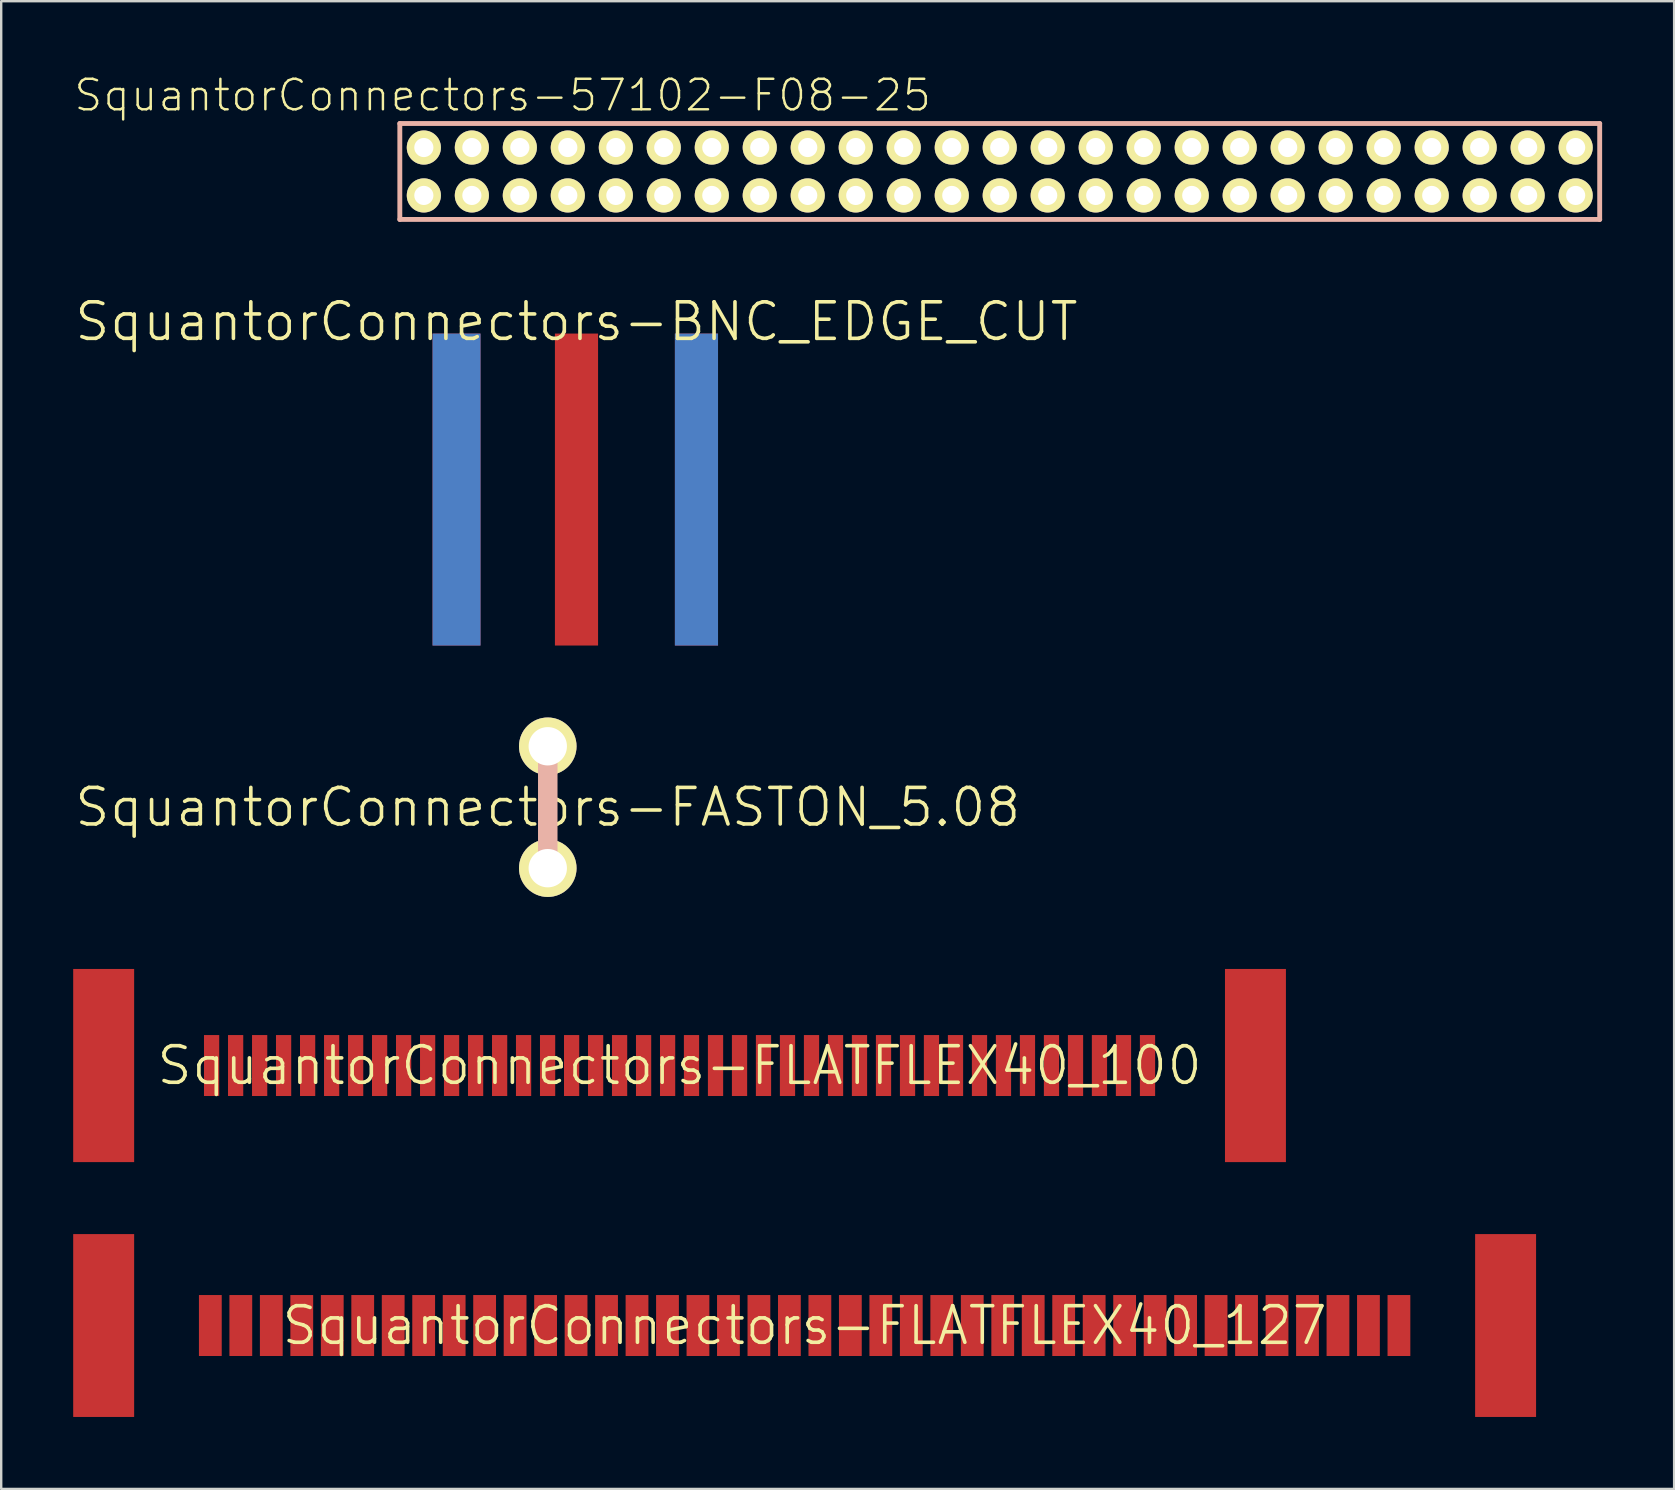
<source format=kicad_pcb>
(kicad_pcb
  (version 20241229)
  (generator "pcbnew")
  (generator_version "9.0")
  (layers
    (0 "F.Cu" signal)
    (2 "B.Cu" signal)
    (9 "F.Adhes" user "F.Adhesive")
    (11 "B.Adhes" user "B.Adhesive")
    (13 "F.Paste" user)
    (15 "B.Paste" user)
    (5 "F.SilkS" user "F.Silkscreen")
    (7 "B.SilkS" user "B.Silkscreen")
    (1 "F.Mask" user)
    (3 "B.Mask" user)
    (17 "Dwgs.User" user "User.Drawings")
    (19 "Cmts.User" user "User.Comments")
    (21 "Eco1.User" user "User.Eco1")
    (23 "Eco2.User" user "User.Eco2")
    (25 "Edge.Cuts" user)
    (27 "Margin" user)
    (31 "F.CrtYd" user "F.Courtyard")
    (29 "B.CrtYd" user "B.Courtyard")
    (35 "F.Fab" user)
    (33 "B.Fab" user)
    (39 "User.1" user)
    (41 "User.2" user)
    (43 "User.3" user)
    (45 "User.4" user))
  (footprint "SquantorConnectors-FLATFLEX40_127"
    (layer "F.Cu")
    (at 30.48 52.186)
    (property "Reference" "SquantorConnectors-FLATFLEX40_127" (at 0 0 0) (layer "F.SilkS") (effects (font (size 1.524 1.524) (thickness 0.15))))
    (attr smd)
    (pad "P$1" smd rect (at -24.765 0 90) (size 2.54 0.95) (layers "F.Cu" "F.Mask" "F.Paste"))
    (pad "P$2" smd rect (at -23.495 0 90) (size 2.54 0.95) (layers "F.Cu" "F.Mask" "F.Paste"))
    (pad "P$3" smd rect (at -22.225 0 90) (size 2.54 0.95) (layers "F.Cu" "F.Mask" "F.Paste"))
    (pad "P$4" smd rect (at -20.955 0 90) (size 2.54 0.95) (layers "F.Cu" "F.Mask" "F.Paste"))
    (pad "P$5" smd rect (at -19.685 0 90) (size 2.54 0.95) (layers "F.Cu" "F.Mask" "F.Paste"))
    (pad "P$6" smd rect (at -18.415 0 90) (size 2.54 0.95) (layers "F.Cu" "F.Mask" "F.Paste"))
    (pad "P$7" smd rect (at -17.145 0 90) (size 2.54 0.95) (layers "F.Cu" "F.Mask" "F.Paste"))
    (pad "P$8" smd rect (at -15.875 0 90) (size 2.54 0.95) (layers "F.Cu" "F.Mask" "F.Paste"))
    (pad "P$9" smd rect (at -14.605 0 90) (size 2.54 0.95) (layers "F.Cu" "F.Mask" "F.Paste"))
    (pad "P$10" smd rect (at -13.335 0 90) (size 2.54 0.95) (layers "F.Cu" "F.Mask" "F.Paste"))
    (pad "P$11" smd rect (at -12.065 0 90) (size 2.54 0.95) (layers "F.Cu" "F.Mask" "F.Paste"))
    (pad "P$12" smd rect (at -10.795 0 90) (size 2.54 0.95) (layers "F.Cu" "F.Mask" "F.Paste"))
    (pad "P$13" smd rect (at -9.525 0 90) (size 2.54 0.95) (layers "F.Cu" "F.Mask" "F.Paste"))
    (pad "P$14" smd rect (at -8.255 0 90) (size 2.54 0.95) (layers "F.Cu" "F.Mask" "F.Paste"))
    (pad "P$15" smd rect (at -6.985 0 90) (size 2.54 0.95) (layers "F.Cu" "F.Mask" "F.Paste"))
    (pad "P$16" smd rect (at -5.715 0 90) (size 2.54 0.95) (layers "F.Cu" "F.Mask" "F.Paste"))
    (pad "P$17" smd rect (at -4.445 0 90) (size 2.54 0.95) (layers "F.Cu" "F.Mask" "F.Paste"))
    (pad "P$18" smd rect (at -3.175 0 90) (size 2.54 0.95) (layers "F.Cu" "F.Mask" "F.Paste"))
    (pad "P$19" smd rect (at -1.905 0 90) (size 2.54 0.95) (layers "F.Cu" "F.Mask" "F.Paste"))
    (pad "P$20" smd rect (at -0.635 0 90) (size 2.54 0.95) (layers "F.Cu" "F.Mask" "F.Paste"))
    (pad "P$21" smd rect (at 0.635 0 90) (size 2.54 0.95) (layers "F.Cu" "F.Mask" "F.Paste"))
    (pad "P$22" smd rect (at 1.905 0 90) (size 2.54 0.95) (layers "F.Cu" "F.Mask" "F.Paste"))
    (pad "P$23" smd rect (at 3.175 0 90) (size 2.54 0.95) (layers "F.Cu" "F.Mask" "F.Paste"))
    (pad "P$24" smd rect (at 4.445 0 90) (size 2.54 0.95) (layers "F.Cu" "F.Mask" "F.Paste"))
    (pad "P$25" smd rect (at 5.715 0 90) (size 2.54 0.95) (layers "F.Cu" "F.Mask" "F.Paste"))
    (pad "P$26" smd rect (at 6.985 0 90) (size 2.54 0.95) (layers "F.Cu" "F.Mask" "F.Paste"))
    (pad "P$27" smd rect (at 8.255 0 90) (size 2.54 0.95) (layers "F.Cu" "F.Mask" "F.Paste"))
    (pad "P$28" smd rect (at 9.525 0 90) (size 2.54 0.95) (layers "F.Cu" "F.Mask" "F.Paste"))
    (pad "P$29" smd rect (at 10.795 0 90) (size 2.54 0.95) (layers "F.Cu" "F.Mask" "F.Paste"))
    (pad "P$30" smd rect (at 12.065 0 90) (size 2.54 0.95) (layers "F.Cu" "F.Mask" "F.Paste"))
    (pad "P$31" smd rect (at 13.335 0 90) (size 2.54 0.95) (layers "F.Cu" "F.Mask" "F.Paste"))
    (pad "P$32" smd rect (at 14.605 0 90) (size 2.54 0.95) (layers "F.Cu" "F.Mask" "F.Paste"))
    (pad "P$33" smd rect (at 15.875 0 90) (size 2.54 0.95) (layers "F.Cu" "F.Mask" "F.Paste"))
    (pad "P$34" smd rect (at 17.145 0 90) (size 2.54 0.95) (layers "F.Cu" "F.Mask" "F.Paste"))
    (pad "P$35" smd rect (at 18.415 0 90) (size 2.54 0.95) (layers "F.Cu" "F.Mask" "F.Paste"))
    (pad "P$36" smd rect (at 19.685 0 90) (size 2.54 0.95) (layers "F.Cu" "F.Mask" "F.Paste"))
    (pad "P$37" smd rect (at 20.955 0 90) (size 2.54 0.95) (layers "F.Cu" "F.Mask" "F.Paste"))
    (pad "P$38" smd rect (at 22.225 0 90) (size 2.54 0.95) (layers "F.Cu" "F.Mask" "F.Paste"))
    (pad "P$39" smd rect (at 23.495 0 90) (size 2.54 0.95) (layers "F.Cu" "F.Mask" "F.Paste"))
    (pad "P$40" smd rect (at 24.765 0 90) (size 2.54 0.95) (layers "F.Cu" "F.Mask" "F.Paste"))
    (pad "P$41" smd rect (at -29.21 0 180) (size 2.54 7.62) (layers "F.Cu" "F.Mask" "F.Paste"))
    (pad "P$42" smd rect (at 29.21 0 180) (size 2.54 7.62) (layers "F.Cu" "F.Mask" "F.Paste")))
  (footprint "SquantorConnectors-57102-F08-25"
    (layer "F.Cu")
    (at 23.611 4.096)
    (property "Reference" "SquantorConnectors-57102-F08-25" (at -5.715 -3.175 0) (layer "F.SilkS") (effects (font (size 1.27 1.27) (thickness 0.102))))
    (attr exclude_from_pos_files exclude_from_bom)
    (fp_line (start -10 -1.999) (end 40 -1.999) (stroke (width 0.203) (type solid)) (layer "B.SilkS"))
    (fp_line (start -10 1.999) (end -10 -1.999) (stroke (width 0.203) (type solid)) (layer "B.SilkS"))
    (fp_line (start 40 -1.999) (end 40 1.999) (stroke (width 0.203) (type solid)) (layer "B.SilkS"))
    (fp_line (start 40 1.999) (end -10 1.999) (stroke (width 0.203) (type solid)) (layer "B.SilkS"))
    (pad "1" thru_hole circle (at -8.999 0.998) (size 1.422 1.422) (drill 0.798) (layers "*.Cu" "F.Mask" "F.SilkS" "F.Paste"))
    (pad "2" thru_hole circle (at -8.999 -0.998) (size 1.422 1.422) (drill 0.798) (layers "*.Cu" "F.Mask" "F.SilkS" "F.Paste"))
    (pad "3" thru_hole circle (at -6.998 0.998) (size 1.422 1.422) (drill 0.798) (layers "*.Cu" "F.Mask" "F.SilkS" "F.Paste"))
    (pad "4" thru_hole circle (at -6.998 -0.998) (size 1.422 1.422) (drill 0.798) (layers "*.Cu" "F.Mask" "F.SilkS" "F.Paste"))
    (pad "5" thru_hole circle (at -4.999 0.998) (size 1.422 1.422) (drill 0.798) (layers "*.Cu" "F.Mask" "F.SilkS" "F.Paste"))
    (pad "6" thru_hole circle (at -4.999 -0.998) (size 1.422 1.422) (drill 0.798) (layers "*.Cu" "F.Mask" "F.SilkS" "F.Paste"))
    (pad "7" thru_hole circle (at -3 0.998) (size 1.422 1.422) (drill 0.798) (layers "*.Cu" "F.Mask" "F.SilkS" "F.Paste"))
    (pad "8" thru_hole circle (at -3 -0.998) (size 1.422 1.422) (drill 0.798) (layers "*.Cu" "F.Mask" "F.SilkS" "F.Paste"))
    (pad "9" thru_hole circle (at -0.998 0.998) (size 1.422 1.422) (drill 0.798) (layers "*.Cu" "F.Mask" "F.SilkS" "F.Paste"))
    (pad "10" thru_hole circle (at -0.998 -0.998) (size 1.422 1.422) (drill 0.798) (layers "*.Cu" "F.Mask" "F.SilkS" "F.Paste"))
    (pad "11" thru_hole circle (at 0.998 0.998) (size 1.422 1.422) (drill 0.798) (layers "*.Cu" "F.Mask" "F.SilkS" "F.Paste"))
    (pad "12" thru_hole circle (at 0.998 -0.998) (size 1.422 1.422) (drill 0.798) (layers "*.Cu" "F.Mask" "F.SilkS" "F.Paste"))
    (pad "13" thru_hole circle (at 3 0.998) (size 1.422 1.422) (drill 0.798) (layers "*.Cu" "F.Mask" "F.SilkS" "F.Paste"))
    (pad "14" thru_hole circle (at 3 -0.998) (size 1.422 1.422) (drill 0.798) (layers "*.Cu" "F.Mask" "F.SilkS" "F.Paste"))
    (pad "15" thru_hole circle (at 4.999 0.998) (size 1.422 1.422) (drill 0.798) (layers "*.Cu" "F.Mask" "F.SilkS" "F.Paste"))
    (pad "16" thru_hole circle (at 4.999 -0.998) (size 1.422 1.422) (drill 0.798) (layers "*.Cu" "F.Mask" "F.SilkS" "F.Paste"))
    (pad "17" thru_hole circle (at 6.998 0.998) (size 1.422 1.422) (drill 0.798) (layers "*.Cu" "F.Mask" "F.SilkS" "F.Paste"))
    (pad "18" thru_hole circle (at 6.998 -0.998) (size 1.422 1.422) (drill 0.798) (layers "*.Cu" "F.Mask" "F.SilkS" "F.Paste"))
    (pad "19" thru_hole circle (at 8.999 0.998) (size 1.422 1.422) (drill 0.798) (layers "*.Cu" "F.Mask" "F.SilkS" "F.Paste"))
    (pad "20" thru_hole circle (at 8.999 -0.998) (size 1.422 1.422) (drill 0.798) (layers "*.Cu" "F.Mask" "F.SilkS" "F.Paste"))
    (pad "21" thru_hole circle (at 10.998 0.998) (size 1.422 1.422) (drill 0.798) (layers "*.Cu" "F.Mask" "F.SilkS" "F.Paste"))
    (pad "22" thru_hole circle (at 10.998 -0.998) (size 1.422 1.422) (drill 0.798) (layers "*.Cu" "F.Mask" "F.SilkS" "F.Paste"))
    (pad "23" thru_hole circle (at 13 0.998) (size 1.422 1.422) (drill 0.798) (layers "*.Cu" "F.Mask" "F.SilkS" "F.Paste"))
    (pad "24" thru_hole circle (at 13 -0.998) (size 1.422 1.422) (drill 0.798) (layers "*.Cu" "F.Mask" "F.SilkS" "F.Paste"))
    (pad "25" thru_hole circle (at 14.999 0.998) (size 1.422 1.422) (drill 0.798) (layers "*.Cu" "F.Mask" "F.SilkS" "F.Paste"))
    (pad "26" thru_hole circle (at 14.999 -0.998) (size 1.422 1.422) (drill 0.798) (layers "*.Cu" "F.Mask" "F.SilkS" "F.Paste"))
    (pad "27" thru_hole circle (at 16.998 0.998) (size 1.422 1.422) (drill 0.798) (layers "*.Cu" "F.Mask" "F.SilkS" "F.Paste"))
    (pad "28" thru_hole circle (at 16.998 -0.998) (size 1.422 1.422) (drill 0.798) (layers "*.Cu" "F.Mask" "F.SilkS" "F.Paste"))
    (pad "29" thru_hole circle (at 18.999 0.998) (size 1.422 1.422) (drill 0.798) (layers "*.Cu" "F.Mask" "F.SilkS" "F.Paste"))
    (pad "30" thru_hole circle (at 18.999 -0.998) (size 1.422 1.422) (drill 0.798) (layers "*.Cu" "F.Mask" "F.SilkS" "F.Paste"))
    (pad "31" thru_hole circle (at 20.998 0.998) (size 1.422 1.422) (drill 0.798) (layers "*.Cu" "F.Mask" "F.SilkS" "F.Paste"))
    (pad "32" thru_hole circle (at 20.998 -0.998) (size 1.422 1.422) (drill 0.798) (layers "*.Cu" "F.Mask" "F.SilkS" "F.Paste"))
    (pad "33" thru_hole circle (at 23 0.998) (size 1.422 1.422) (drill 0.798) (layers "*.Cu" "F.Mask" "F.SilkS" "F.Paste"))
    (pad "34" thru_hole circle (at 23 -0.998) (size 1.422 1.422) (drill 0.798) (layers "*.Cu" "F.Mask" "F.SilkS" "F.Paste"))
    (pad "35" thru_hole circle (at 24.999 0.998) (size 1.422 1.422) (drill 0.798) (layers "*.Cu" "F.Mask" "F.SilkS" "F.Paste"))
    (pad "36" thru_hole circle (at 24.999 -0.998) (size 1.422 1.422) (drill 0.798) (layers "*.Cu" "F.Mask" "F.SilkS" "F.Paste"))
    (pad "37" thru_hole circle (at 26.998 0.998) (size 1.422 1.422) (drill 0.798) (layers "*.Cu" "F.Mask" "F.SilkS" "F.Paste"))
    (pad "38" thru_hole circle (at 26.998 -0.998) (size 1.422 1.422) (drill 0.798) (layers "*.Cu" "F.Mask" "F.SilkS" "F.Paste"))
    (pad "39" thru_hole circle (at 28.999 0.998) (size 1.422 1.422) (drill 0.798) (layers "*.Cu" "F.Mask" "F.SilkS" "F.Paste"))
    (pad "40" thru_hole circle (at 28.999 -0.998) (size 1.422 1.422) (drill 0.798) (layers "*.Cu" "F.Mask" "F.SilkS" "F.Paste"))
    (pad "41" thru_hole circle (at 30.998 0.998) (size 1.422 1.422) (drill 0.798) (layers "*.Cu" "F.Mask" "F.SilkS" "F.Paste"))
    (pad "42" thru_hole circle (at 30.998 -0.998) (size 1.422 1.422) (drill 0.798) (layers "*.Cu" "F.Mask" "F.SilkS" "F.Paste"))
    (pad "43" thru_hole circle (at 33 0.998) (size 1.422 1.422) (drill 0.798) (layers "*.Cu" "F.Mask" "F.SilkS" "F.Paste"))
    (pad "44" thru_hole circle (at 33 -0.998) (size 1.422 1.422) (drill 0.798) (layers "*.Cu" "F.Mask" "F.SilkS" "F.Paste"))
    (pad "45" thru_hole circle (at 34.999 0.998) (size 1.422 1.422) (drill 0.798) (layers "*.Cu" "F.Mask" "F.SilkS" "F.Paste"))
    (pad "46" thru_hole circle (at 34.999 -0.998) (size 1.422 1.422) (drill 0.798) (layers "*.Cu" "F.Mask" "F.SilkS" "F.Paste"))
    (pad "47" thru_hole circle (at 36.998 0.998) (size 1.422 1.422) (drill 0.798) (layers "*.Cu" "F.Mask" "F.SilkS" "F.Paste"))
    (pad "48" thru_hole circle (at 36.998 -0.998) (size 1.422 1.422) (drill 0.798) (layers "*.Cu" "F.Mask" "F.SilkS" "F.Paste"))
    (pad "49" thru_hole circle (at 38.999 0.998) (size 1.422 1.422) (drill 0.798) (layers "*.Cu" "F.Mask" "F.SilkS" "F.Paste"))
    (pad "50" thru_hole circle (at 38.999 -0.998) (size 1.422 1.422) (drill 0.798) (layers "*.Cu" "F.Mask" "F.SilkS" "F.Paste")))
  (footprint "SquantorConnectors-FASTON_5.08"
    (layer "F.Cu")
    (at 19.776 30.588)
    (property "Reference" "SquantorConnectors-FASTON_5.08" (at 0 0 0) (layer "F.SilkS") (effects (font (size 1.524 1.524) (thickness 0.15))))
    (attr exclude_from_pos_files exclude_from_bom)
    (fp_line (start 0 -2.54) (end 0 2.54) (stroke (width 0.813) (type solid)) (layer "B.SilkS"))
    (pad "1" thru_hole circle (at 0 -2.54) (size 2.398 2.398) (drill 1.598) (layers "*.Cu" "F.Mask" "F.SilkS" "F.Paste"))
    (pad "2" thru_hole circle (at 0 2.54) (size 2.398 2.398) (drill 1.598) (layers "*.Cu" "F.Mask" "F.SilkS" "F.Paste")))
  (footprint "SquantorConnectors-BNC_EDGE_CUT"
    (layer "F.Cu")
    (at 20.973 10.352)
    (property "Reference" "SquantorConnectors-BNC_EDGE_CUT" (at 0 0 0) (layer "F.SilkS") (effects (font (size 1.524 1.524) (thickness 0.15))))
    (attr smd)
    (pad "GND@" smd rect (at -4.999 6.998 90) (size 13 1.999) (layers "F.Cu" "F.Mask" "F.Paste"))
    (pad "GND@" smd rect (at -4.999 6.998 90) (size 13 1.999) (layers "B.Cu" "B.Mask"))
    (pad "GND@" smd rect (at 4.999 6.998) (size 1.798 13) (layers "F.Cu" "F.Mask" "F.Paste"))
    (pad "GND@" smd rect (at 4.999 6.998 180) (size 1.798 13) (layers "B.Cu" "B.Mask"))
    (pad "SIG" smd rect (at 0 6.998) (size 1.798 13) (layers "F.Cu" "F.Mask" "F.Paste")))
  (footprint "SquantorConnectors-FLATFLEX40_100"
    (layer "F.Cu")
    (at 25.268 41.352)
    (property "Reference" "SquantorConnectors-FLATFLEX40_100" (at 0 0 0) (layer "F.SilkS") (effects (font (size 1.524 1.524) (thickness 0.15))))
    (attr smd)
    (pad "P$1" smd rect (at -19.5 0 270) (size 2.54 0.635) (layers "F.Cu" "F.Mask" "F.Paste"))
    (pad "P$2" smd rect (at -18.499 0 270) (size 2.54 0.635) (layers "F.Cu" "F.Mask" "F.Paste"))
    (pad "P$3" smd rect (at -17.498 0 270) (size 2.54 0.635) (layers "F.Cu" "F.Mask" "F.Paste"))
    (pad "P$4" smd rect (at -16.5 0 270) (size 2.54 0.635) (layers "F.Cu" "F.Mask" "F.Paste"))
    (pad "P$5" smd rect (at -15.499 0 270) (size 2.54 0.635) (layers "F.Cu" "F.Mask" "F.Paste"))
    (pad "P$6" smd rect (at -14.498 0 270) (size 2.54 0.635) (layers "F.Cu" "F.Mask" "F.Paste"))
    (pad "P$7" smd rect (at -13.498 0 270) (size 2.54 0.635) (layers "F.Cu" "F.Mask" "F.Paste"))
    (pad "P$8" smd rect (at -12.499 0 270) (size 2.54 0.635) (layers "F.Cu" "F.Mask" "F.Paste"))
    (pad "P$9" smd rect (at -11.499 0 270) (size 2.54 0.635) (layers "F.Cu" "F.Mask" "F.Paste"))
    (pad "P$10" smd rect (at -10.498 0 270) (size 2.54 0.635) (layers "F.Cu" "F.Mask" "F.Paste"))
    (pad "P$11" smd rect (at -9.5 0 270) (size 2.54 0.635) (layers "F.Cu" "F.Mask" "F.Paste"))
    (pad "P$12" smd rect (at -8.499 0 270) (size 2.54 0.635) (layers "F.Cu" "F.Mask" "F.Paste"))
    (pad "P$13" smd rect (at -7.498 0 270) (size 2.54 0.635) (layers "F.Cu" "F.Mask" "F.Paste"))
    (pad "P$14" smd rect (at -6.5 0 270) (size 2.54 0.635) (layers "F.Cu" "F.Mask" "F.Paste"))
    (pad "P$15" smd rect (at -5.499 0 270) (size 2.54 0.635) (layers "F.Cu" "F.Mask" "F.Paste"))
    (pad "P$16" smd rect (at -4.498 0 270) (size 2.54 0.635) (layers "F.Cu" "F.Mask" "F.Paste"))
    (pad "P$17" smd rect (at -3.498 0 270) (size 2.54 0.635) (layers "F.Cu" "F.Mask" "F.Paste"))
    (pad "P$18" smd rect (at -2.499 0 270) (size 2.54 0.635) (layers "F.Cu" "F.Mask" "F.Paste"))
    (pad "P$19" smd rect (at -1.499 0 270) (size 2.54 0.635) (layers "F.Cu" "F.Mask" "F.Paste"))
    (pad "P$20" smd rect (at -0.498 0 270) (size 2.54 0.635) (layers "F.Cu" "F.Mask" "F.Paste"))
    (pad "P$21" smd rect (at 0.498 0 90) (size 2.54 0.635) (layers "F.Cu" "F.Mask" "F.Paste"))
    (pad "P$22" smd rect (at 1.499 0 90) (size 2.54 0.635) (layers "F.Cu" "F.Mask" "F.Paste"))
    (pad "P$23" smd rect (at 2.499 0 90) (size 2.54 0.635) (layers "F.Cu" "F.Mask" "F.Paste"))
    (pad "P$24" smd rect (at 3.498 0 90) (size 2.54 0.635) (layers "F.Cu" "F.Mask" "F.Paste"))
    (pad "P$25" smd rect (at 4.498 0 90) (size 2.54 0.635) (layers "F.Cu" "F.Mask" "F.Paste"))
    (pad "P$26" smd rect (at 5.499 0 90) (size 2.54 0.635) (layers "F.Cu" "F.Mask" "F.Paste"))
    (pad "P$27" smd rect (at 6.5 0 90) (size 2.54 0.635) (layers "F.Cu" "F.Mask" "F.Paste"))
    (pad "P$28" smd rect (at 7.498 0 90) (size 2.54 0.635) (layers "F.Cu" "F.Mask" "F.Paste"))
    (pad "P$29" smd rect (at 8.499 0 90) (size 2.54 0.635) (layers "F.Cu" "F.Mask" "F.Paste"))
    (pad "P$30" smd rect (at 9.5 0 90) (size 2.54 0.635) (layers "F.Cu" "F.Mask" "F.Paste"))
    (pad "P$31" smd rect (at 10.498 0 90) (size 2.54 0.635) (layers "F.Cu" "F.Mask" "F.Paste"))
    (pad "P$32" smd rect (at 11.499 0 90) (size 2.54 0.635) (layers "F.Cu" "F.Mask" "F.Paste"))
    (pad "P$33" smd rect (at 12.499 0 90) (size 2.54 0.635) (layers "F.Cu" "F.Mask" "F.Paste"))
    (pad "P$34" smd rect (at 13.498 0 90) (size 2.54 0.635) (layers "F.Cu" "F.Mask" "F.Paste"))
    (pad "P$35" smd rect (at 14.498 0 90) (size 2.54 0.635) (layers "F.Cu" "F.Mask" "F.Paste"))
    (pad "P$36" smd rect (at 15.499 0 90) (size 2.54 0.635) (layers "F.Cu" "F.Mask" "F.Paste"))
    (pad "P$37" smd rect (at 16.5 0 90) (size 2.54 0.635) (layers "F.Cu" "F.Mask" "F.Paste"))
    (pad "P$38" smd rect (at 17.498 0 90) (size 2.54 0.635) (layers "F.Cu" "F.Mask" "F.Paste"))
    (pad "P$39" smd rect (at 18.499 0 90) (size 2.54 0.635) (layers "F.Cu" "F.Mask" "F.Paste"))
    (pad "P$40" smd rect (at 19.5 0 90) (size 2.54 0.635) (layers "F.Cu" "F.Mask" "F.Paste"))
    (pad "RELI" smd rect (at -23.998 0 180) (size 2.54 8.049) (layers "F.Cu" "F.Mask" "F.Paste"))
    (pad "RELI" smd rect (at 23.998 0 180) (size 2.54 8.049) (layers "F.Cu" "F.Mask" "F.Paste")))
  (gr_rect
    (start -3 -3)
    (end 66.713 58.996)
    (stroke (width 0.1) (type default))
    (fill no)
    (layer "Edge.Cuts")))
</source>
